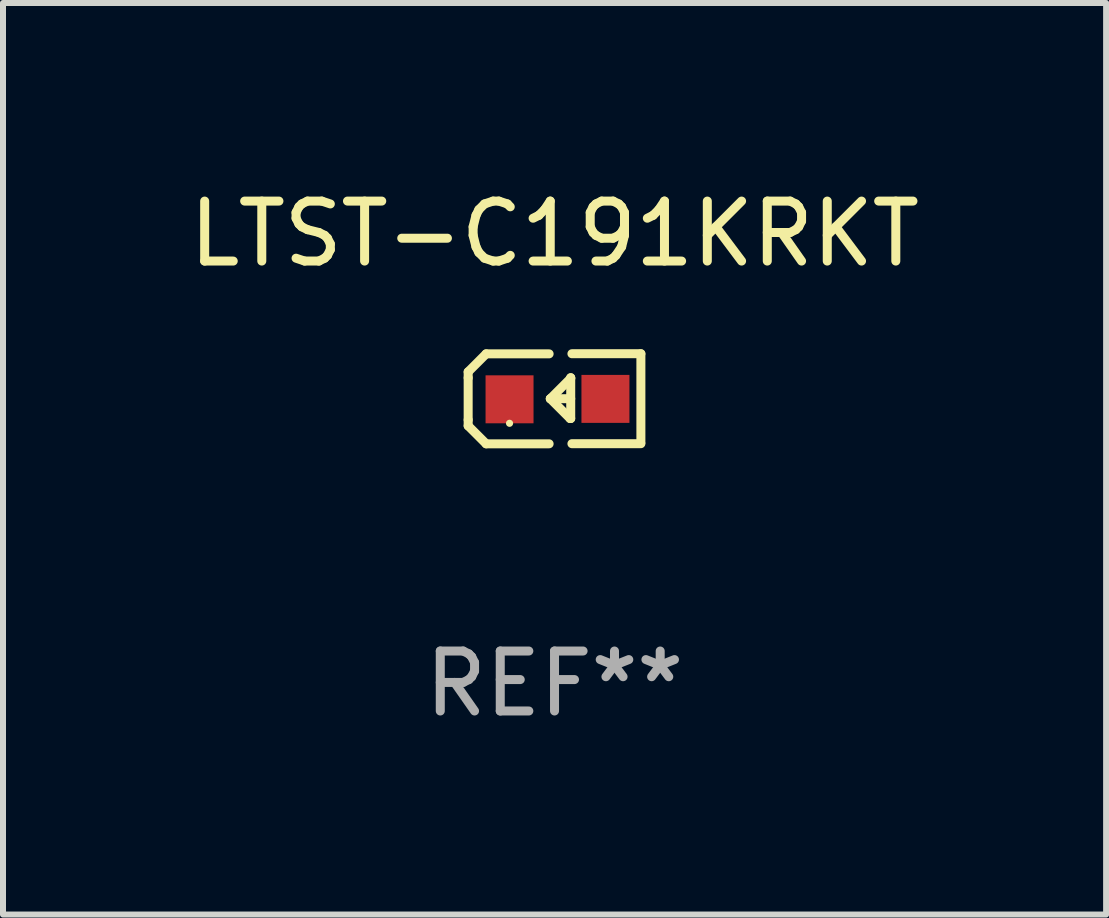
<source format=kicad_pcb>
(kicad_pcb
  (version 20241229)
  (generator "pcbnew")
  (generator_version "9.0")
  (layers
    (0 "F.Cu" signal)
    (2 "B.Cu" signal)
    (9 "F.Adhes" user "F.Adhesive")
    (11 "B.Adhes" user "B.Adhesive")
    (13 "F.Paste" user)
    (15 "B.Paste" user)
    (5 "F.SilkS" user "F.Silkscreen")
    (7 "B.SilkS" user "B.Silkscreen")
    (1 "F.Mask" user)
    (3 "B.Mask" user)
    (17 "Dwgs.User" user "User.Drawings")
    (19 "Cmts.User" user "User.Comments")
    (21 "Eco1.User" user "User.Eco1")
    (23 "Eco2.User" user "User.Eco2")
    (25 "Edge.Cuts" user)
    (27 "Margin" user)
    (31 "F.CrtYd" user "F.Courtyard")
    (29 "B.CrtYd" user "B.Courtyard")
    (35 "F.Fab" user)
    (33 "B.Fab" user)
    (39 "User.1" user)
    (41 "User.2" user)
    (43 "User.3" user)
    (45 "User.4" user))
  (footprint "LTST-C191KRKT"
    (layer "F.Cu")
    (at 6.196 3.599)
    (property "Reference" "LTST-C191KRKT" (at 0 -2.751 0) (layer "F.SilkS") (effects (font (size 1 1) (thickness 0.15))))
    (attr through_hole)
    (fp_line (start -1.44 -0.449) (end -1.14 -0.749) (stroke (width 0.15) (type solid)) (layer "F.SilkS"))
    (fp_line (start -1.44 -0.349) (end -1.44 -0.449) (stroke (width 0.15) (type solid)) (layer "F.SilkS"))
    (fp_line (start -1.44 -0.349) (end -1.44 0.351) (stroke (width 0.15) (type solid)) (layer "F.SilkS"))
    (fp_line (start -1.44 0.351) (end -1.44 0.451) (stroke (width 0.15) (type solid)) (layer "F.SilkS"))
    (fp_line (start -1.44 0.451) (end -1.14 0.751) (stroke (width 0.15) (type solid)) (layer "F.SilkS"))
    (fp_line (start -0.09 -0.749) (end -1.14 -0.749) (stroke (width 0.15) (type solid)) (layer "F.SilkS"))
    (fp_line (start -0.09 0.751) (end -1.14 0.751) (stroke (width 0.15) (type solid)) (layer "F.SilkS"))
    (fp_line (start 0.26 0.329) (end -0.07 -0.001) (stroke (width 0.15) (type solid)) (layer "F.SilkS"))
    (fp_line (start 0.27 -0.351) (end 0.27 -0.341) (stroke (width 0.15) (type solid)) (layer "F.SilkS"))
    (fp_line (start 0.27 -0.351) (end 0.27 0.329) (stroke (width 0.15) (type solid)) (layer "F.SilkS"))
    (fp_line (start 0.27 -0.341) (end -0.07 -0.001) (stroke (width 0.15) (type solid)) (layer "F.SilkS"))
    (fp_line (start 0.27 -0.001) (end -0.07 -0.001) (stroke (width 0.15) (type solid)) (layer "F.SilkS"))
    (fp_line (start 0.27 0.329) (end 0.26 0.329) (stroke (width 0.15) (type solid)) (layer "F.SilkS"))
    (fp_line (start 0.29 -0.751) (end 1.44 -0.751) (stroke (width 0.15) (type solid)) (layer "F.SilkS"))
    (fp_line (start 0.29 0.749) (end 1.44 0.749) (stroke (width 0.15) (type solid)) (layer "F.SilkS"))
    (fp_line (start 1.44 -0.751) (end 1.44 0.729) (stroke (width 0.15) (type solid)) (layer "F.SilkS"))
    (fp_circle (center -0.75 0.409) (end -0.72 0.409) (stroke (width 0.06) (type solid)) (fill no) (layer "F.SilkS"))
    (fp_text user "REF**" (at 0 4.751 0) (layer "F.Fab") (effects (font (size 1 1) (thickness 0.15))))
    (pad "1" smd rect (at -0.75 0.009 90) (size 0.8 0.8) (layers "F.Cu" "F.Mask" "F.Paste"))
    (pad "2" smd rect (at 0.849 0.002 90) (size 0.8 0.8) (layers "F.Cu" "F.Mask" "F.Paste")))
  (gr_rect
    (start -3 -3)
    (end 15.393 12.199)
    (stroke (width 0.1) (type default))
    (fill no)
    (layer "Edge.Cuts")))
</source>
